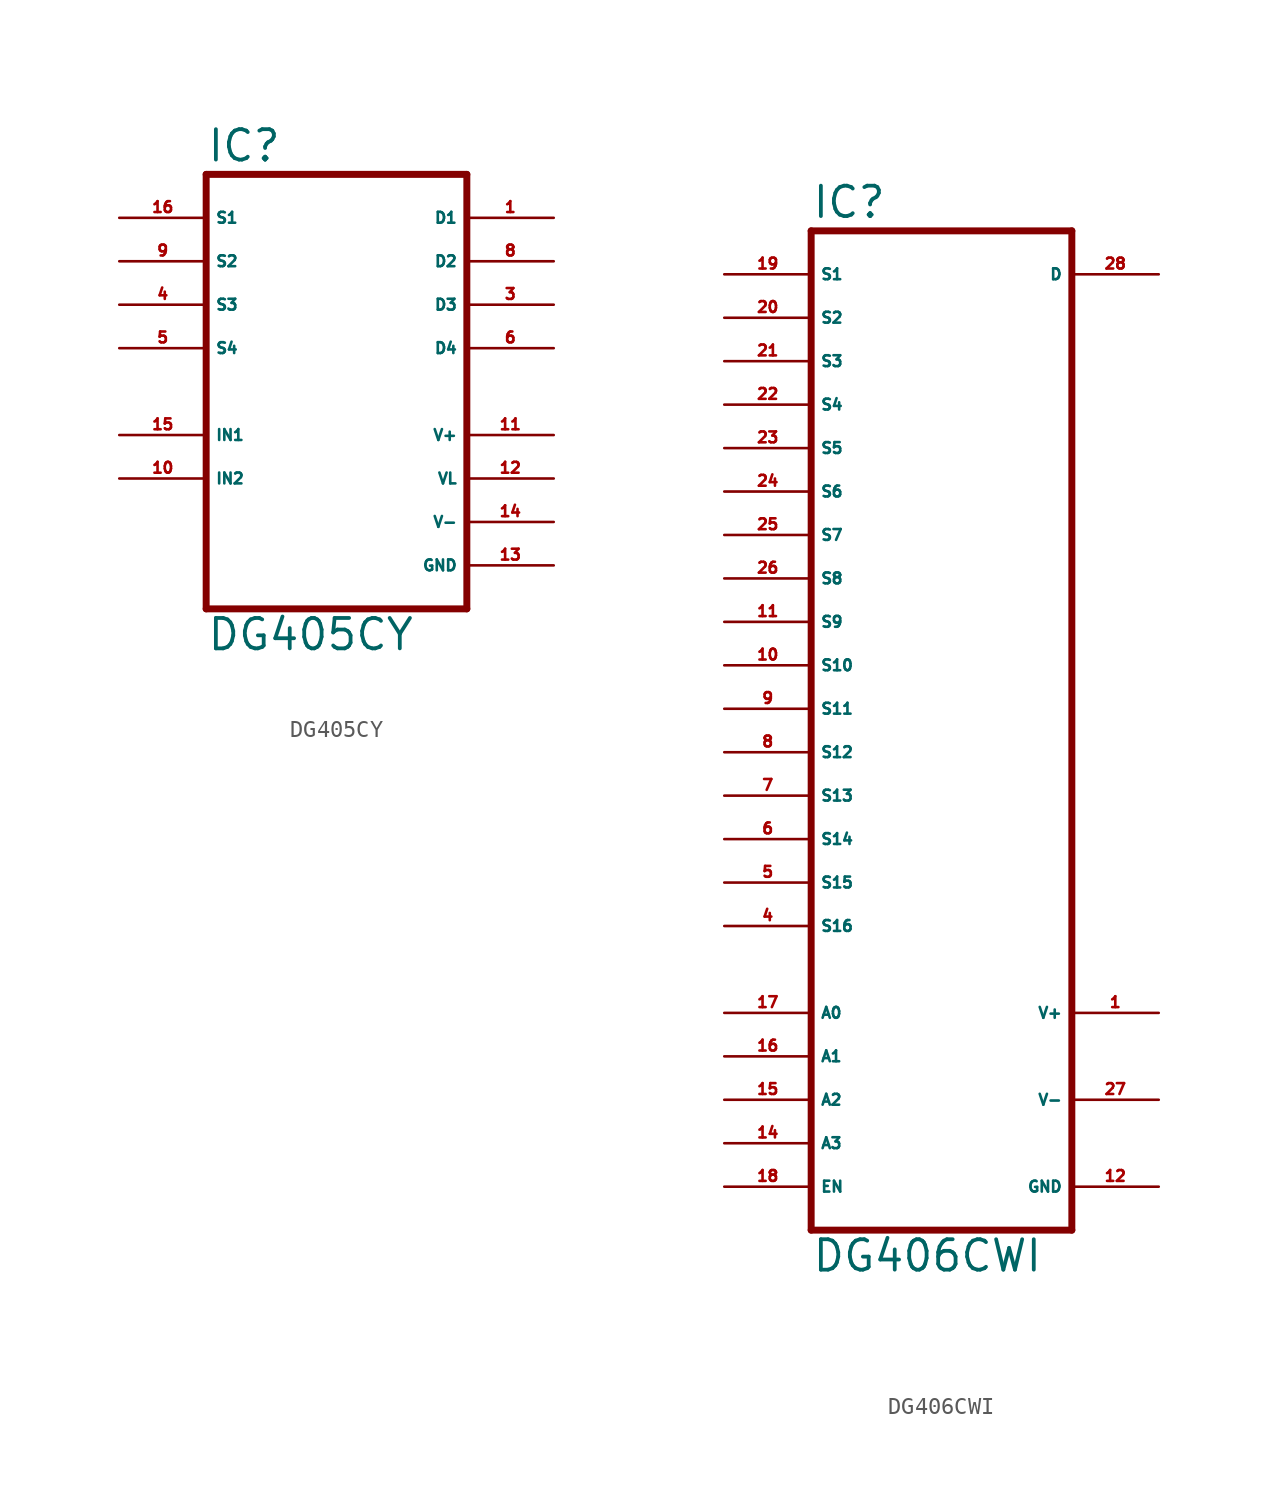
<source format=kicad_sym>
(kicad_symbol_lib
  (version 20220914)
  (generator Eagle2Kicad)
  (symbol "DG405CY"
    (property "Reference" "IC"
      (at -7.62 13.335 0)
      (effects (font (size 1.778 1.778) (thickness 0.22)) (justify left bottom)))
    (property "Value" "DG405CY"
      (at -7.62 -15.24 0)
      (effects (font (size 1.778 1.778) (thickness 0.22)) (justify left bottom)))
    (polyline
      (pts (xy 7.62 -12.7) (xy -7.62 -12.7))
      (stroke (width 0.406) (type default))
      (fill (type none)))
    (polyline
      (pts (xy -7.62 12.7) (xy -7.62 -12.7))
      (stroke (width 0.406) (type default))
      (fill (type none)))
    (polyline
      (pts (xy -7.62 12.7) (xy 7.62 12.7))
      (stroke (width 0.406) (type default))
      (fill (type none)))
    (polyline
      (pts (xy 7.62 -12.7) (xy 7.62 12.7))
      (stroke (width 0.406) (type default))
      (fill (type none)))
    (pin input line
      (at -12.7 -2.54 0)
      (length 5.08)
      (name "IN1" (effects (font (size 0.635 0.635) (thickness 0.08)) (justify left bottom)))
      (number "15" (effects (font (size 0.635 0.635) (thickness 0.08)) (justify left bottom))))
    (pin input line
      (at -12.7 -5.08 0)
      (length 5.08)
      (name "IN2" (effects (font (size 0.635 0.635) (thickness 0.08)) (justify left bottom)))
      (number "10" (effects (font (size 0.635 0.635) (thickness 0.08)) (justify left bottom))))
    (pin passive line
      (at -12.7 10.16 0)
      (length 5.08)
      (name "S1" (effects (font (size 0.635 0.635) (thickness 0.08)) (justify left bottom)))
      (number "16" (effects (font (size 0.635 0.635) (thickness 0.08)) (justify left bottom))))
    (pin passive line
      (at -12.7 7.62 0)
      (length 5.08)
      (name "S2" (effects (font (size 0.635 0.635) (thickness 0.08)) (justify left bottom)))
      (number "9" (effects (font (size 0.635 0.635) (thickness 0.08)) (justify left bottom))))
    (pin passive line
      (at -12.7 5.08 0)
      (length 5.08)
      (name "S3" (effects (font (size 0.635 0.635) (thickness 0.08)) (justify left bottom)))
      (number "4" (effects (font (size 0.635 0.635) (thickness 0.08)) (justify left bottom))))
    (pin passive line
      (at 12.7 10.16 180)
      (length 5.08)
      (name "D1" (effects (font (size 0.635 0.635) (thickness 0.08)) (justify left bottom)))
      (number "1" (effects (font (size 0.635 0.635) (thickness 0.08)) (justify left bottom))))
    (pin passive line
      (at 12.7 7.62 180)
      (length 5.08)
      (name "D2" (effects (font (size 0.635 0.635) (thickness 0.08)) (justify left bottom)))
      (number "8" (effects (font (size 0.635 0.635) (thickness 0.08)) (justify left bottom))))
    (pin passive line
      (at 12.7 5.08 180)
      (length 5.08)
      (name "D3" (effects (font (size 0.635 0.635) (thickness 0.08)) (justify left bottom)))
      (number "3" (effects (font (size 0.635 0.635) (thickness 0.08)) (justify left bottom))))
    (pin unspecified line
      (at 12.7 -10.16 180)
      (length 5.08)
      (name "GND" (effects (font (size 0.635 0.635) (thickness 0.08)) (justify left bottom)))
      (number "13" (effects (font (size 0.635 0.635) (thickness 0.08)) (justify left bottom))))
    (pin unspecified line
      (at 12.7 -7.62 180)
      (length 5.08)
      (name "V-" (effects (font (size 0.635 0.635) (thickness 0.08)) (justify left bottom)))
      (number "14" (effects (font (size 0.635 0.635) (thickness 0.08)) (justify left bottom))))
    (pin unspecified line
      (at 12.7 -2.54 180)
      (length 5.08)
      (name "V+" (effects (font (size 0.635 0.635) (thickness 0.08)) (justify left bottom)))
      (number "11" (effects (font (size 0.635 0.635) (thickness 0.08)) (justify left bottom))))
    (pin unspecified line
      (at 12.7 -5.08 180)
      (length 5.08)
      (name "VL" (effects (font (size 0.635 0.635) (thickness 0.08)) (justify left bottom)))
      (number "12" (effects (font (size 0.635 0.635) (thickness 0.08)) (justify left bottom))))
    (pin passive line
      (at 12.7 2.54 180)
      (length 5.08)
      (name "D4" (effects (font (size 0.635 0.635) (thickness 0.08)) (justify left bottom)))
      (number "6" (effects (font (size 0.635 0.635) (thickness 0.08)) (justify left bottom))))
    (pin passive line
      (at -12.7 2.54 0)
      (length 5.08)
      (name "S4" (effects (font (size 0.635 0.635) (thickness 0.08)) (justify left bottom)))
      (number "5" (effects (font (size 0.635 0.635) (thickness 0.08)) (justify left bottom)))))
  (symbol "DG406CWI"
    (property "Reference" "IC"
      (at -7.62 31.115 0)
      (effects (font (size 1.778 1.778) (thickness 0.22)) (justify left bottom)))
    (property "Value" "DG406CWI"
      (at -7.62 -30.48 0)
      (effects (font (size 1.778 1.778) (thickness 0.22)) (justify left bottom)))
    (polyline
      (pts (xy 7.62 -27.94) (xy -7.62 -27.94))
      (stroke (width 0.406) (type default))
      (fill (type none)))
    (polyline
      (pts (xy -7.62 30.48) (xy -7.62 -27.94))
      (stroke (width 0.406) (type default))
      (fill (type none)))
    (polyline
      (pts (xy -7.62 30.48) (xy 7.62 30.48))
      (stroke (width 0.406) (type default))
      (fill (type none)))
    (polyline
      (pts (xy 7.62 -27.94) (xy 7.62 30.48))
      (stroke (width 0.406) (type default))
      (fill (type none)))
    (pin passive line
      (at -12.7 17.78 0)
      (length 5.08)
      (name "S5" (effects (font (size 0.635 0.635) (thickness 0.08)) (justify left bottom)))
      (number "23" (effects (font (size 0.635 0.635) (thickness 0.08)) (justify left bottom))))
    (pin passive line
      (at -12.7 15.24 0)
      (length 5.08)
      (name "S6" (effects (font (size 0.635 0.635) (thickness 0.08)) (justify left bottom)))
      (number "24" (effects (font (size 0.635 0.635) (thickness 0.08)) (justify left bottom))))
    (pin passive line
      (at -12.7 12.7 0)
      (length 5.08)
      (name "S7" (effects (font (size 0.635 0.635) (thickness 0.08)) (justify left bottom)))
      (number "25" (effects (font (size 0.635 0.635) (thickness 0.08)) (justify left bottom))))
    (pin passive line
      (at -12.7 10.16 0)
      (length 5.08)
      (name "S8" (effects (font (size 0.635 0.635) (thickness 0.08)) (justify left bottom)))
      (number "26" (effects (font (size 0.635 0.635) (thickness 0.08)) (justify left bottom))))
    (pin passive line
      (at -12.7 27.94 0)
      (length 5.08)
      (name "S1" (effects (font (size 0.635 0.635) (thickness 0.08)) (justify left bottom)))
      (number "19" (effects (font (size 0.635 0.635) (thickness 0.08)) (justify left bottom))))
    (pin passive line
      (at -12.7 25.4 0)
      (length 5.08)
      (name "S2" (effects (font (size 0.635 0.635) (thickness 0.08)) (justify left bottom)))
      (number "20" (effects (font (size 0.635 0.635) (thickness 0.08)) (justify left bottom))))
    (pin passive line
      (at -12.7 22.86 0)
      (length 5.08)
      (name "S3" (effects (font (size 0.635 0.635) (thickness 0.08)) (justify left bottom)))
      (number "21" (effects (font (size 0.635 0.635) (thickness 0.08)) (justify left bottom))))
    (pin passive line
      (at -12.7 20.32 0)
      (length 5.08)
      (name "S4" (effects (font (size 0.635 0.635) (thickness 0.08)) (justify left bottom)))
      (number "22" (effects (font (size 0.635 0.635) (thickness 0.08)) (justify left bottom))))
    (pin passive line
      (at 12.7 27.94 180)
      (length 5.08)
      (name "D" (effects (font (size 0.635 0.635) (thickness 0.08)) (justify left bottom)))
      (number "28" (effects (font (size 0.635 0.635) (thickness 0.08)) (justify left bottom))))
    (pin unspecified line
      (at 12.7 -25.4 180)
      (length 5.08)
      (name "GND" (effects (font (size 0.635 0.635) (thickness 0.08)) (justify left bottom)))
      (number "12" (effects (font (size 0.635 0.635) (thickness 0.08)) (justify left bottom))))
    (pin unspecified line
      (at 12.7 -20.32 180)
      (length 5.08)
      (name "V-" (effects (font (size 0.635 0.635) (thickness 0.08)) (justify left bottom)))
      (number "27" (effects (font (size 0.635 0.635) (thickness 0.08)) (justify left bottom))))
    (pin unspecified line
      (at 12.7 -15.24 180)
      (length 5.08)
      (name "V+" (effects (font (size 0.635 0.635) (thickness 0.08)) (justify left bottom)))
      (number "1" (effects (font (size 0.635 0.635) (thickness 0.08)) (justify left bottom))))
    (pin passive line
      (at -12.7 7.62 0)
      (length 5.08)
      (name "S9" (effects (font (size 0.635 0.635) (thickness 0.08)) (justify left bottom)))
      (number "11" (effects (font (size 0.635 0.635) (thickness 0.08)) (justify left bottom))))
    (pin passive line
      (at -12.7 5.08 0)
      (length 5.08)
      (name "S10" (effects (font (size 0.635 0.635) (thickness 0.08)) (justify left bottom)))
      (number "10" (effects (font (size 0.635 0.635) (thickness 0.08)) (justify left bottom))))
    (pin passive line
      (at -12.7 2.54 0)
      (length 5.08)
      (name "S11" (effects (font (size 0.635 0.635) (thickness 0.08)) (justify left bottom)))
      (number "9" (effects (font (size 0.635 0.635) (thickness 0.08)) (justify left bottom))))
    (pin passive line
      (at -12.7 0 0)
      (length 5.08)
      (name "S12" (effects (font (size 0.635 0.635) (thickness 0.08)) (justify left bottom)))
      (number "8" (effects (font (size 0.635 0.635) (thickness 0.08)) (justify left bottom))))
    (pin passive line
      (at -12.7 -2.54 0)
      (length 5.08)
      (name "S13" (effects (font (size 0.635 0.635) (thickness 0.08)) (justify left bottom)))
      (number "7" (effects (font (size 0.635 0.635) (thickness 0.08)) (justify left bottom))))
    (pin passive line
      (at -12.7 -5.08 0)
      (length 5.08)
      (name "S14" (effects (font (size 0.635 0.635) (thickness 0.08)) (justify left bottom)))
      (number "6" (effects (font (size 0.635 0.635) (thickness 0.08)) (justify left bottom))))
    (pin passive line
      (at -12.7 -7.62 0)
      (length 5.08)
      (name "S15" (effects (font (size 0.635 0.635) (thickness 0.08)) (justify left bottom)))
      (number "5" (effects (font (size 0.635 0.635) (thickness 0.08)) (justify left bottom))))
    (pin passive line
      (at -12.7 -10.16 0)
      (length 5.08)
      (name "S16" (effects (font (size 0.635 0.635) (thickness 0.08)) (justify left bottom)))
      (number "4" (effects (font (size 0.635 0.635) (thickness 0.08)) (justify left bottom))))
    (pin input line
      (at -12.7 -15.24 0)
      (length 5.08)
      (name "A0" (effects (font (size 0.635 0.635) (thickness 0.08)) (justify left bottom)))
      (number "17" (effects (font (size 0.635 0.635) (thickness 0.08)) (justify left bottom))))
    (pin input line
      (at -12.7 -17.78 0)
      (length 5.08)
      (name "A1" (effects (font (size 0.635 0.635) (thickness 0.08)) (justify left bottom)))
      (number "16" (effects (font (size 0.635 0.635) (thickness 0.08)) (justify left bottom))))
    (pin input line
      (at -12.7 -20.32 0)
      (length 5.08)
      (name "A2" (effects (font (size 0.635 0.635) (thickness 0.08)) (justify left bottom)))
      (number "15" (effects (font (size 0.635 0.635) (thickness 0.08)) (justify left bottom))))
    (pin input line
      (at -12.7 -22.86 0)
      (length 5.08)
      (name "A3" (effects (font (size 0.635 0.635) (thickness 0.08)) (justify left bottom)))
      (number "14" (effects (font (size 0.635 0.635) (thickness 0.08)) (justify left bottom))))
    (pin input line
      (at -12.7 -25.4 0)
      (length 5.08)
      (name "EN" (effects (font (size 0.635 0.635) (thickness 0.08)) (justify left bottom)))
      (number "18" (effects (font (size 0.635 0.635) (thickness 0.08)) (justify left bottom))))))
</source>
